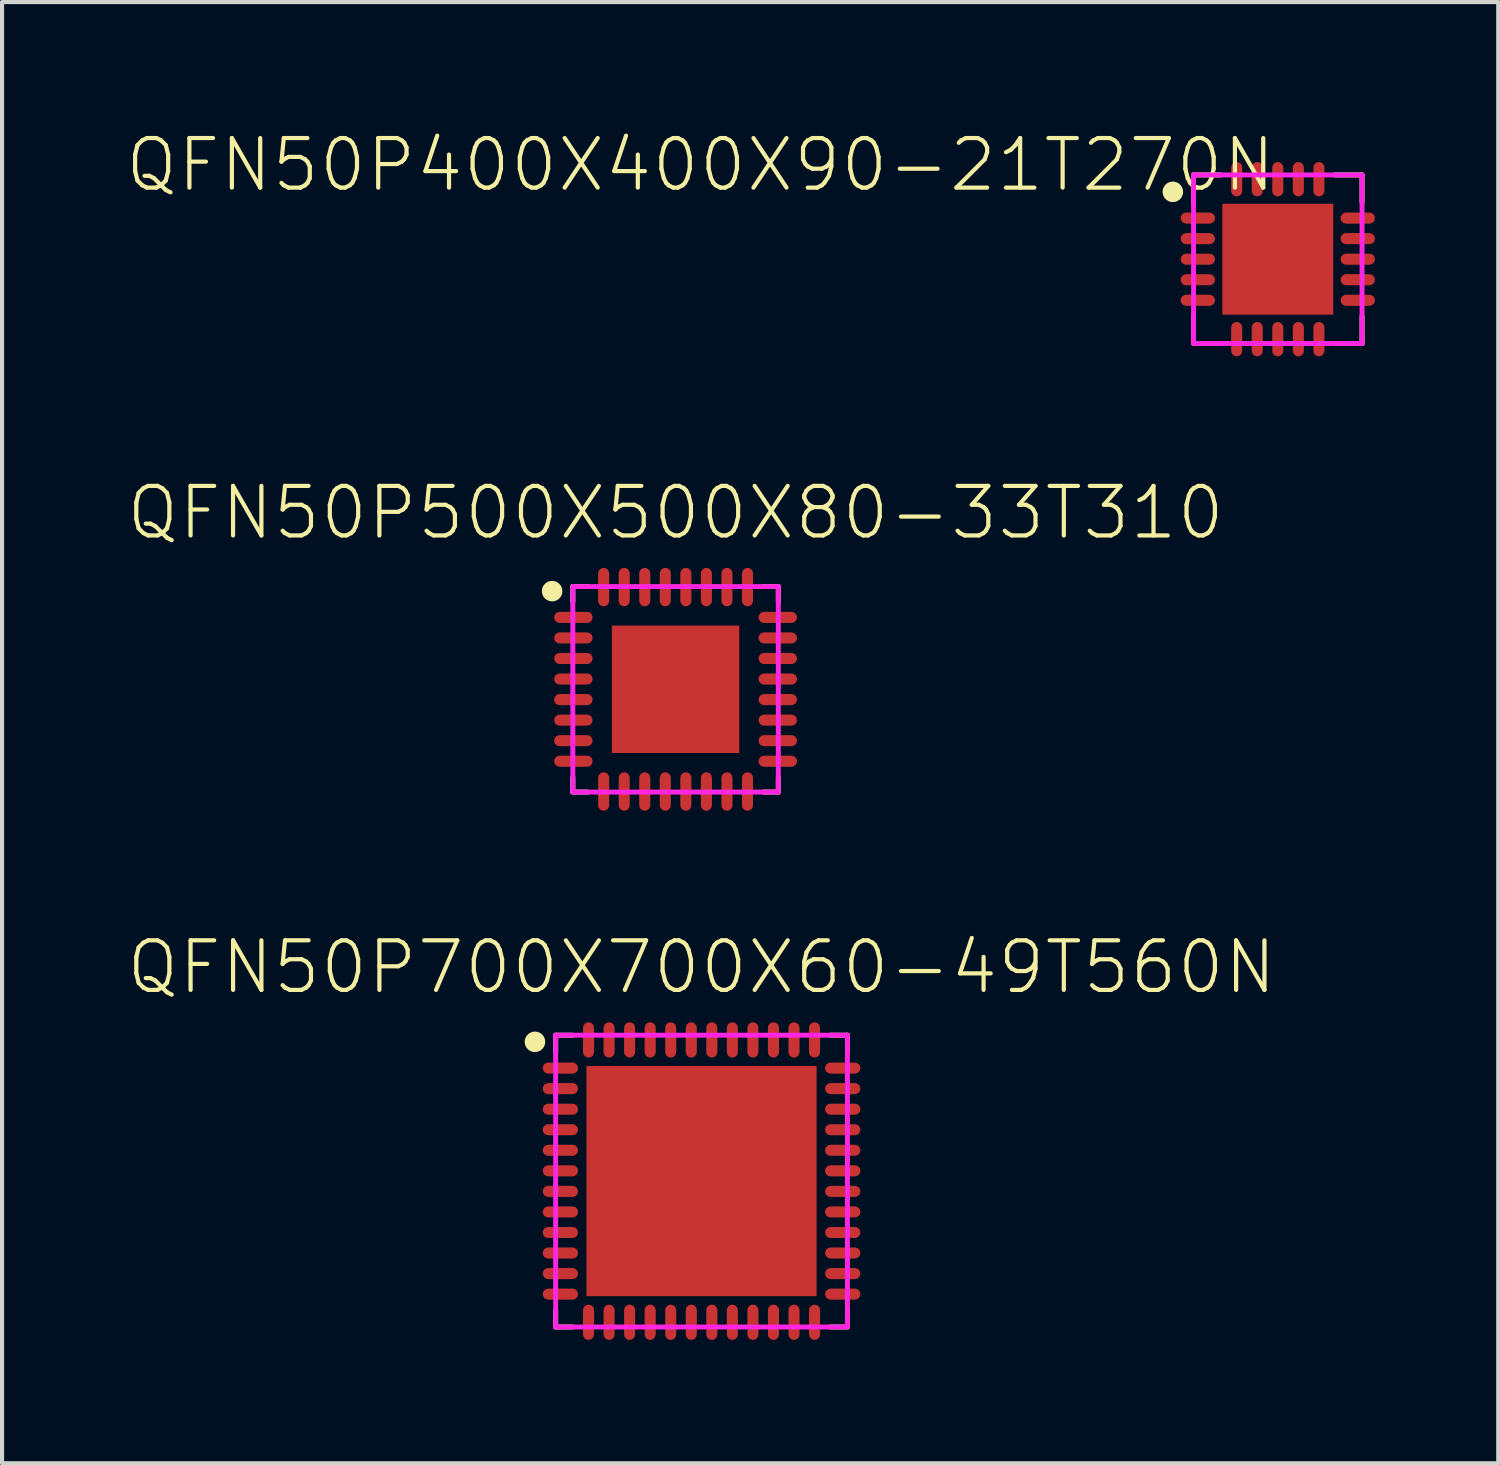
<source format=kicad_pcb>
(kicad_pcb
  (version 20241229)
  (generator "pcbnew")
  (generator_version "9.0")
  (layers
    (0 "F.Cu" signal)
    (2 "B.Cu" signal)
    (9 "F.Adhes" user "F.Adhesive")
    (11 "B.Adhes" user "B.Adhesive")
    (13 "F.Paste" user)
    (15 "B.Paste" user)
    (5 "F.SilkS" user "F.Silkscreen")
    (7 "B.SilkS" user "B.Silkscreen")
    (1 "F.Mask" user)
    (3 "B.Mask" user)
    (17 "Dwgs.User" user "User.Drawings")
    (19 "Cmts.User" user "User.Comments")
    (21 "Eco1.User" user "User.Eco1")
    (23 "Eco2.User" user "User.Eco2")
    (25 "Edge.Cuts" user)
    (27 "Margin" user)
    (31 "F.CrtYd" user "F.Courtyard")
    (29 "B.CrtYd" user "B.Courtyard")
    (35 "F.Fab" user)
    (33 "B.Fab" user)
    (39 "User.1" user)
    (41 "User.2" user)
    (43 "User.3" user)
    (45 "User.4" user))
  (footprint "QFN50P400X400X90-21T270N"
    (layer "F.Cu")
    (at 28.043 3.257)
    (property "Reference" "QFN50P400X400X90-21T270N" (at 0 -3 0) (layer "F.SilkS") (effects (font (size 1.206 1.206) (thickness 0.102)) (justify right top)))
    (attr through_hole)
    (fp_line (start -2.05 -2.05) (end -1.389 -2.05) (stroke (width 0.12) (type solid)) (layer "F.SilkS"))
    (fp_line (start -2.05 -1.389) (end -2.05 -2.05) (stroke (width 0.12) (type solid)) (layer "F.SilkS"))
    (fp_line (start -2.05 1.389) (end -2.05 2.05) (stroke (width 0.12) (type solid)) (layer "F.SilkS"))
    (fp_line (start -2.05 2.05) (end -1.389 2.05) (stroke (width 0.12) (type solid)) (layer "F.SilkS"))
    (fp_line (start 2.05 -2.05) (end 1.389 -2.05) (stroke (width 0.12) (type solid)) (layer "F.SilkS"))
    (fp_line (start 2.05 -1.389) (end 2.05 -2.05) (stroke (width 0.12) (type solid)) (layer "F.SilkS"))
    (fp_line (start 2.05 1.389) (end 2.05 2.05) (stroke (width 0.12) (type solid)) (layer "F.SilkS"))
    (fp_line (start 2.05 2.05) (end 1.389 2.05) (stroke (width 0.12) (type solid)) (layer "F.SilkS"))
    (fp_circle (center -2.554 -1.639) (end -2.429 -1.639) (stroke (width 0.25) (type solid)) (fill no) (layer "F.SilkS"))
    (fp_line (start -2.05 -2.05) (end 2.05 -2.05) (stroke (width 0.12) (type solid)) (layer "F.CrtYd"))
    (fp_line (start -2.05 2.05) (end -2.05 -2.05) (stroke (width 0.12) (type solid)) (layer "F.CrtYd"))
    (fp_line (start 2.05 -2.05) (end 2.05 2.05) (stroke (width 0.12) (type solid)) (layer "F.CrtYd"))
    (fp_line (start 2.05 2.05) (end -2.05 2.05) (stroke (width 0.12) (type solid)) (layer "F.CrtYd"))
    (pad "1" smd roundrect (at -1.946 -1) (size 0.838 0.27) (layers "F.Cu" "F.Mask" "F.Paste") (roundrect_rratio 0.5))
    (pad "2" smd roundrect (at -1.946 -0.5) (size 0.838 0.27) (layers "F.Cu" "F.Mask" "F.Paste") (roundrect_rratio 0.5))
    (pad "3" smd roundrect (at -1.946 0) (size 0.838 0.27) (layers "F.Cu" "F.Mask" "F.Paste") (roundrect_rratio 0.5))
    (pad "4" smd roundrect (at -1.946 0.5) (size 0.838 0.27) (layers "F.Cu" "F.Mask" "F.Paste") (roundrect_rratio 0.5))
    (pad "5" smd roundrect (at -1.946 1) (size 0.838 0.27) (layers "F.Cu" "F.Mask" "F.Paste") (roundrect_rratio 0.5))
    (pad "6" smd roundrect (at -1 1.946 90) (size 0.838 0.27) (layers "F.Cu" "F.Mask" "F.Paste") (roundrect_rratio 0.5))
    (pad "7" smd roundrect (at -0.5 1.946 90) (size 0.838 0.27) (layers "F.Cu" "F.Mask" "F.Paste") (roundrect_rratio 0.5))
    (pad "8" smd roundrect (at 0 1.946 90) (size 0.838 0.27) (layers "F.Cu" "F.Mask" "F.Paste") (roundrect_rratio 0.5))
    (pad "9" smd roundrect (at 0.5 1.946 90) (size 0.838 0.27) (layers "F.Cu" "F.Mask" "F.Paste") (roundrect_rratio 0.5))
    (pad "10" smd roundrect (at 1 1.946 90) (size 0.838 0.27) (layers "F.Cu" "F.Mask" "F.Paste") (roundrect_rratio 0.5))
    (pad "11" smd roundrect (at 1.946 1) (size 0.838 0.27) (layers "F.Cu" "F.Mask" "F.Paste") (roundrect_rratio 0.5))
    (pad "12" smd roundrect (at 1.946 0.5) (size 0.838 0.27) (layers "F.Cu" "F.Mask" "F.Paste") (roundrect_rratio 0.5))
    (pad "13" smd roundrect (at 1.946 0) (size 0.838 0.27) (layers "F.Cu" "F.Mask" "F.Paste") (roundrect_rratio 0.5))
    (pad "14" smd roundrect (at 1.946 -0.5) (size 0.838 0.27) (layers "F.Cu" "F.Mask" "F.Paste") (roundrect_rratio 0.5))
    (pad "15" smd roundrect (at 1.946 -1) (size 0.838 0.27) (layers "F.Cu" "F.Mask" "F.Paste") (roundrect_rratio 0.5))
    (pad "16" smd roundrect (at 1 -1.946 90) (size 0.838 0.27) (layers "F.Cu" "F.Mask" "F.Paste") (roundrect_rratio 0.5))
    (pad "17" smd roundrect (at 0.5 -1.946 90) (size 0.838 0.27) (layers "F.Cu" "F.Mask" "F.Paste") (roundrect_rratio 0.5))
    (pad "18" smd roundrect (at 0 -1.946 90) (size 0.838 0.27) (layers "F.Cu" "F.Mask" "F.Paste") (roundrect_rratio 0.5))
    (pad "19" smd roundrect (at -0.5 -1.946 90) (size 0.838 0.27) (layers "F.Cu" "F.Mask" "F.Paste") (roundrect_rratio 0.5))
    (pad "20" smd roundrect (at -1 -1.946 90) (size 0.838 0.27) (layers "F.Cu" "F.Mask" "F.Paste") (roundrect_rratio 0.5))
    (pad "21" smd rect (at 0 0) (size 2.7 2.7) (layers "F.Cu" "F.Mask" "F.Paste")))
  (footprint "QFN50P500X500X80-33T310"
    (layer "F.Cu")
    (at 13.389 13.723)
    (property "Reference" "QFN50P500X500X80-33T310" (at 0 -3.591 0) (layer "F.SilkS") (effects (font (size 1.206 1.206) (thickness 0.102)) (justify bottom)))
    (attr through_hole)
    (fp_line (start -2.5 -2.5) (end -2.139 -2.5) (stroke (width 0.12) (type solid)) (layer "F.SilkS"))
    (fp_line (start -2.5 -2.139) (end -2.5 -2.5) (stroke (width 0.12) (type solid)) (layer "F.SilkS"))
    (fp_line (start -2.5 2.139) (end -2.5 2.5) (stroke (width 0.12) (type solid)) (layer "F.SilkS"))
    (fp_line (start -2.5 2.5) (end -2.139 2.5) (stroke (width 0.12) (type solid)) (layer "F.SilkS"))
    (fp_line (start 2.5 -2.5) (end 2.139 -2.5) (stroke (width 0.12) (type solid)) (layer "F.SilkS"))
    (fp_line (start 2.5 -2.139) (end 2.5 -2.5) (stroke (width 0.12) (type solid)) (layer "F.SilkS"))
    (fp_line (start 2.5 2.139) (end 2.5 2.5) (stroke (width 0.12) (type solid)) (layer "F.SilkS"))
    (fp_line (start 2.5 2.5) (end 2.139 2.5) (stroke (width 0.12) (type solid)) (layer "F.SilkS"))
    (fp_circle (center -3.004 -2.389) (end -2.879 -2.389) (stroke (width 0.25) (type solid)) (fill no) (layer "F.SilkS"))
    (fp_line (start -2.5 -2.5) (end 2.5 -2.5) (stroke (width 0.12) (type solid)) (layer "F.CrtYd"))
    (fp_line (start -2.5 2.5) (end -2.5 -2.5) (stroke (width 0.12) (type solid)) (layer "F.CrtYd"))
    (fp_line (start 2.5 -2.5) (end 2.5 2.5) (stroke (width 0.12) (type solid)) (layer "F.CrtYd"))
    (fp_line (start 2.5 2.5) (end -2.5 2.5) (stroke (width 0.12) (type solid)) (layer "F.CrtYd"))
    (pad "1" smd roundrect (at -2.487 -1.75) (size 0.937 0.27) (layers "F.Cu" "F.Mask" "F.Paste") (roundrect_rratio 0.5))
    (pad "2" smd roundrect (at -2.487 -1.25) (size 0.937 0.27) (layers "F.Cu" "F.Mask" "F.Paste") (roundrect_rratio 0.5))
    (pad "3" smd roundrect (at -2.487 -0.75) (size 0.937 0.27) (layers "F.Cu" "F.Mask" "F.Paste") (roundrect_rratio 0.5))
    (pad "4" smd roundrect (at -2.487 -0.25) (size 0.937 0.27) (layers "F.Cu" "F.Mask" "F.Paste") (roundrect_rratio 0.5))
    (pad "5" smd roundrect (at -2.487 0.25) (size 0.937 0.27) (layers "F.Cu" "F.Mask" "F.Paste") (roundrect_rratio 0.5))
    (pad "6" smd roundrect (at -2.487 0.75) (size 0.937 0.27) (layers "F.Cu" "F.Mask" "F.Paste") (roundrect_rratio 0.5))
    (pad "7" smd roundrect (at -2.487 1.25) (size 0.937 0.27) (layers "F.Cu" "F.Mask" "F.Paste") (roundrect_rratio 0.5))
    (pad "8" smd roundrect (at -2.487 1.75) (size 0.937 0.27) (layers "F.Cu" "F.Mask" "F.Paste") (roundrect_rratio 0.5))
    (pad "9" smd roundrect (at -1.75 2.487 90) (size 0.937 0.27) (layers "F.Cu" "F.Mask" "F.Paste") (roundrect_rratio 0.5))
    (pad "10" smd roundrect (at -1.25 2.487 90) (size 0.937 0.27) (layers "F.Cu" "F.Mask" "F.Paste") (roundrect_rratio 0.5))
    (pad "11" smd roundrect (at -0.75 2.487 90) (size 0.937 0.27) (layers "F.Cu" "F.Mask" "F.Paste") (roundrect_rratio 0.5))
    (pad "12" smd roundrect (at -0.25 2.487 90) (size 0.937 0.27) (layers "F.Cu" "F.Mask" "F.Paste") (roundrect_rratio 0.5))
    (pad "13" smd roundrect (at 0.25 2.487 90) (size 0.937 0.27) (layers "F.Cu" "F.Mask" "F.Paste") (roundrect_rratio 0.5))
    (pad "14" smd roundrect (at 0.75 2.487 90) (size 0.937 0.27) (layers "F.Cu" "F.Mask" "F.Paste") (roundrect_rratio 0.5))
    (pad "15" smd roundrect (at 1.25 2.487 90) (size 0.937 0.27) (layers "F.Cu" "F.Mask" "F.Paste") (roundrect_rratio 0.5))
    (pad "16" smd roundrect (at 1.75 2.487 90) (size 0.937 0.27) (layers "F.Cu" "F.Mask" "F.Paste") (roundrect_rratio 0.5))
    (pad "17" smd roundrect (at 2.487 1.75) (size 0.937 0.27) (layers "F.Cu" "F.Mask" "F.Paste") (roundrect_rratio 0.5))
    (pad "18" smd roundrect (at 2.487 1.25) (size 0.937 0.27) (layers "F.Cu" "F.Mask" "F.Paste") (roundrect_rratio 0.5))
    (pad "19" smd roundrect (at 2.487 0.75) (size 0.937 0.27) (layers "F.Cu" "F.Mask" "F.Paste") (roundrect_rratio 0.5))
    (pad "20" smd roundrect (at 2.487 0.25) (size 0.937 0.27) (layers "F.Cu" "F.Mask" "F.Paste") (roundrect_rratio 0.5))
    (pad "21" smd roundrect (at 2.487 -0.25) (size 0.937 0.27) (layers "F.Cu" "F.Mask" "F.Paste") (roundrect_rratio 0.5))
    (pad "22" smd roundrect (at 2.487 -0.75) (size 0.937 0.27) (layers "F.Cu" "F.Mask" "F.Paste") (roundrect_rratio 0.5))
    (pad "23" smd roundrect (at 2.487 -1.25) (size 0.937 0.27) (layers "F.Cu" "F.Mask" "F.Paste") (roundrect_rratio 0.5))
    (pad "24" smd roundrect (at 2.487 -1.75) (size 0.937 0.27) (layers "F.Cu" "F.Mask" "F.Paste") (roundrect_rratio 0.5))
    (pad "25" smd roundrect (at 1.75 -2.487 90) (size 0.937 0.27) (layers "F.Cu" "F.Mask" "F.Paste") (roundrect_rratio 0.5))
    (pad "26" smd roundrect (at 1.25 -2.487 90) (size 0.937 0.27) (layers "F.Cu" "F.Mask" "F.Paste") (roundrect_rratio 0.5))
    (pad "27" smd roundrect (at 0.75 -2.487 90) (size 0.937 0.27) (layers "F.Cu" "F.Mask" "F.Paste") (roundrect_rratio 0.5))
    (pad "28" smd roundrect (at 0.25 -2.487 90) (size 0.937 0.27) (layers "F.Cu" "F.Mask" "F.Paste") (roundrect_rratio 0.5))
    (pad "29" smd roundrect (at -0.25 -2.487 90) (size 0.937 0.27) (layers "F.Cu" "F.Mask" "F.Paste") (roundrect_rratio 0.5))
    (pad "30" smd roundrect (at -0.75 -2.487 90) (size 0.937 0.27) (layers "F.Cu" "F.Mask" "F.Paste") (roundrect_rratio 0.5))
    (pad "31" smd roundrect (at -1.25 -2.487 90) (size 0.937 0.27) (layers "F.Cu" "F.Mask" "F.Paste") (roundrect_rratio 0.5))
    (pad "32" smd roundrect (at -1.75 -2.487 90) (size 0.937 0.27) (layers "F.Cu" "F.Mask" "F.Paste") (roundrect_rratio 0.5))
    (pad "33" smd rect (at 0 0) (size 3.1 3.1) (layers "F.Cu" "F.Mask" "F.Paste")))
  (footprint "QFN50P700X700X60-49T560N"
    (layer "F.Cu")
    (at 14.021 25.69)
    (property "Reference" "QFN50P700X700X60-49T560N" (at 0 -4.5 0) (layer "F.SilkS") (effects (font (size 1.206 1.206) (thickness 0.102)) (justify bottom)))
    (attr through_hole)
    (fp_line (start -3.55 -3.55) (end -3.139 -3.55) (stroke (width 0.12) (type solid)) (layer "F.SilkS"))
    (fp_line (start -3.55 -3.139) (end -3.55 -3.55) (stroke (width 0.12) (type solid)) (layer "F.SilkS"))
    (fp_line (start -3.55 3.139) (end -3.55 3.55) (stroke (width 0.12) (type solid)) (layer "F.SilkS"))
    (fp_line (start -3.55 3.55) (end -3.139 3.55) (stroke (width 0.12) (type solid)) (layer "F.SilkS"))
    (fp_line (start 3.55 -3.55) (end 3.139 -3.55) (stroke (width 0.12) (type solid)) (layer "F.SilkS"))
    (fp_line (start 3.55 -3.139) (end 3.55 -3.55) (stroke (width 0.12) (type solid)) (layer "F.SilkS"))
    (fp_line (start 3.55 3.139) (end 3.55 3.55) (stroke (width 0.12) (type solid)) (layer "F.SilkS"))
    (fp_line (start 3.55 3.55) (end 3.139 3.55) (stroke (width 0.12) (type solid)) (layer "F.SilkS"))
    (fp_circle (center -4.054 -3.389) (end -3.929 -3.389) (stroke (width 0.25) (type solid)) (fill no) (layer "F.SilkS"))
    (fp_line (start -3.55 -3.55) (end 3.55 -3.55) (stroke (width 0.12) (type solid)) (layer "F.CrtYd"))
    (fp_line (start -3.55 3.55) (end -3.55 -3.55) (stroke (width 0.12) (type solid)) (layer "F.CrtYd"))
    (fp_line (start 3.55 -3.55) (end 3.55 3.55) (stroke (width 0.12) (type solid)) (layer "F.CrtYd"))
    (fp_line (start 3.55 3.55) (end -3.55 3.55) (stroke (width 0.12) (type solid)) (layer "F.CrtYd"))
    (pad "1" smd roundrect (at -3.435 -2.75) (size 0.86 0.27) (layers "F.Cu" "F.Mask" "F.Paste") (roundrect_rratio 0.5))
    (pad "2" smd roundrect (at -3.435 -2.25) (size 0.86 0.27) (layers "F.Cu" "F.Mask" "F.Paste") (roundrect_rratio 0.5))
    (pad "3" smd roundrect (at -3.435 -1.75) (size 0.86 0.27) (layers "F.Cu" "F.Mask" "F.Paste") (roundrect_rratio 0.5))
    (pad "4" smd roundrect (at -3.435 -1.25) (size 0.86 0.27) (layers "F.Cu" "F.Mask" "F.Paste") (roundrect_rratio 0.5))
    (pad "5" smd roundrect (at -3.435 -0.75) (size 0.86 0.27) (layers "F.Cu" "F.Mask" "F.Paste") (roundrect_rratio 0.5))
    (pad "6" smd roundrect (at -3.435 -0.25) (size 0.86 0.27) (layers "F.Cu" "F.Mask" "F.Paste") (roundrect_rratio 0.5))
    (pad "7" smd roundrect (at -3.435 0.25) (size 0.86 0.27) (layers "F.Cu" "F.Mask" "F.Paste") (roundrect_rratio 0.5))
    (pad "8" smd roundrect (at -3.435 0.75) (size 0.86 0.27) (layers "F.Cu" "F.Mask" "F.Paste") (roundrect_rratio 0.5))
    (pad "9" smd roundrect (at -3.435 1.25) (size 0.86 0.27) (layers "F.Cu" "F.Mask" "F.Paste") (roundrect_rratio 0.5))
    (pad "10" smd roundrect (at -3.435 1.75) (size 0.86 0.27) (layers "F.Cu" "F.Mask" "F.Paste") (roundrect_rratio 0.5))
    (pad "11" smd roundrect (at -3.435 2.25) (size 0.86 0.27) (layers "F.Cu" "F.Mask" "F.Paste") (roundrect_rratio 0.5))
    (pad "12" smd roundrect (at -3.435 2.75) (size 0.86 0.27) (layers "F.Cu" "F.Mask" "F.Paste") (roundrect_rratio 0.5))
    (pad "13" smd roundrect (at -2.75 3.435 90) (size 0.86 0.27) (layers "F.Cu" "F.Mask" "F.Paste") (roundrect_rratio 0.5))
    (pad "14" smd roundrect (at -2.25 3.435 90) (size 0.86 0.27) (layers "F.Cu" "F.Mask" "F.Paste") (roundrect_rratio 0.5))
    (pad "15" smd roundrect (at -1.75 3.435 90) (size 0.86 0.27) (layers "F.Cu" "F.Mask" "F.Paste") (roundrect_rratio 0.5))
    (pad "16" smd roundrect (at -1.25 3.435 90) (size 0.86 0.27) (layers "F.Cu" "F.Mask" "F.Paste") (roundrect_rratio 0.5))
    (pad "17" smd roundrect (at -0.75 3.435 90) (size 0.86 0.27) (layers "F.Cu" "F.Mask" "F.Paste") (roundrect_rratio 0.5))
    (pad "18" smd roundrect (at -0.25 3.435 90) (size 0.86 0.27) (layers "F.Cu" "F.Mask" "F.Paste") (roundrect_rratio 0.5))
    (pad "19" smd roundrect (at 0.25 3.435 90) (size 0.86 0.27) (layers "F.Cu" "F.Mask" "F.Paste") (roundrect_rratio 0.5))
    (pad "20" smd roundrect (at 0.75 3.435 90) (size 0.86 0.27) (layers "F.Cu" "F.Mask" "F.Paste") (roundrect_rratio 0.5))
    (pad "21" smd roundrect (at 1.25 3.435 90) (size 0.86 0.27) (layers "F.Cu" "F.Mask" "F.Paste") (roundrect_rratio 0.5))
    (pad "22" smd roundrect (at 1.75 3.435 90) (size 0.86 0.27) (layers "F.Cu" "F.Mask" "F.Paste") (roundrect_rratio 0.5))
    (pad "23" smd roundrect (at 2.25 3.435 90) (size 0.86 0.27) (layers "F.Cu" "F.Mask" "F.Paste") (roundrect_rratio 0.5))
    (pad "24" smd roundrect (at 2.75 3.435 90) (size 0.86 0.27) (layers "F.Cu" "F.Mask" "F.Paste") (roundrect_rratio 0.5))
    (pad "25" smd roundrect (at 3.435 2.75) (size 0.86 0.27) (layers "F.Cu" "F.Mask" "F.Paste") (roundrect_rratio 0.5))
    (pad "26" smd roundrect (at 3.435 2.25) (size 0.86 0.27) (layers "F.Cu" "F.Mask" "F.Paste") (roundrect_rratio 0.5))
    (pad "27" smd roundrect (at 3.435 1.75) (size 0.86 0.27) (layers "F.Cu" "F.Mask" "F.Paste") (roundrect_rratio 0.5))
    (pad "28" smd roundrect (at 3.435 1.25) (size 0.86 0.27) (layers "F.Cu" "F.Mask" "F.Paste") (roundrect_rratio 0.5))
    (pad "29" smd roundrect (at 3.435 0.75) (size 0.86 0.27) (layers "F.Cu" "F.Mask" "F.Paste") (roundrect_rratio 0.5))
    (pad "30" smd roundrect (at 3.435 0.25) (size 0.86 0.27) (layers "F.Cu" "F.Mask" "F.Paste") (roundrect_rratio 0.5))
    (pad "31" smd roundrect (at 3.435 -0.25) (size 0.86 0.27) (layers "F.Cu" "F.Mask" "F.Paste") (roundrect_rratio 0.5))
    (pad "32" smd roundrect (at 3.435 -0.75) (size 0.86 0.27) (layers "F.Cu" "F.Mask" "F.Paste") (roundrect_rratio 0.5))
    (pad "33" smd roundrect (at 3.435 -1.25) (size 0.86 0.27) (layers "F.Cu" "F.Mask" "F.Paste") (roundrect_rratio 0.5))
    (pad "34" smd roundrect (at 3.435 -1.75) (size 0.86 0.27) (layers "F.Cu" "F.Mask" "F.Paste") (roundrect_rratio 0.5))
    (pad "35" smd roundrect (at 3.435 -2.25) (size 0.86 0.27) (layers "F.Cu" "F.Mask" "F.Paste") (roundrect_rratio 0.5))
    (pad "36" smd roundrect (at 3.435 -2.75) (size 0.86 0.27) (layers "F.Cu" "F.Mask" "F.Paste") (roundrect_rratio 0.5))
    (pad "37" smd roundrect (at 2.75 -3.435 90) (size 0.86 0.27) (layers "F.Cu" "F.Mask" "F.Paste") (roundrect_rratio 0.5))
    (pad "38" smd roundrect (at 2.25 -3.435 90) (size 0.86 0.27) (layers "F.Cu" "F.Mask" "F.Paste") (roundrect_rratio 0.5))
    (pad "39" smd roundrect (at 1.75 -3.435 90) (size 0.86 0.27) (layers "F.Cu" "F.Mask" "F.Paste") (roundrect_rratio 0.5))
    (pad "40" smd roundrect (at 1.25 -3.435 90) (size 0.86 0.27) (layers "F.Cu" "F.Mask" "F.Paste") (roundrect_rratio 0.5))
    (pad "41" smd roundrect (at 0.75 -3.435 90) (size 0.86 0.27) (layers "F.Cu" "F.Mask" "F.Paste") (roundrect_rratio 0.5))
    (pad "42" smd roundrect (at 0.25 -3.435 90) (size 0.86 0.27) (layers "F.Cu" "F.Mask" "F.Paste") (roundrect_rratio 0.5))
    (pad "43" smd roundrect (at -0.25 -3.435 90) (size 0.86 0.27) (layers "F.Cu" "F.Mask" "F.Paste") (roundrect_rratio 0.5))
    (pad "44" smd roundrect (at -0.75 -3.435 90) (size 0.86 0.27) (layers "F.Cu" "F.Mask" "F.Paste") (roundrect_rratio 0.5))
    (pad "45" smd roundrect (at -1.25 -3.435 90) (size 0.86 0.27) (layers "F.Cu" "F.Mask" "F.Paste") (roundrect_rratio 0.5))
    (pad "46" smd roundrect (at -1.75 -3.435 90) (size 0.86 0.27) (layers "F.Cu" "F.Mask" "F.Paste") (roundrect_rratio 0.5))
    (pad "47" smd roundrect (at -2.25 -3.435 90) (size 0.86 0.27) (layers "F.Cu" "F.Mask" "F.Paste") (roundrect_rratio 0.5))
    (pad "48" smd roundrect (at -2.75 -3.435 90) (size 0.86 0.27) (layers "F.Cu" "F.Mask" "F.Paste") (roundrect_rratio 0.5))
    (pad "49" smd rect (at 0 0) (size 5.6 5.6) (layers "F.Cu" "F.Mask" "F.Paste")))
  (gr_rect
    (start -3 -3)
    (end 33.407 32.555)
    (stroke (width 0.1) (type default))
    (fill no)
    (layer "Edge.Cuts")))
</source>
